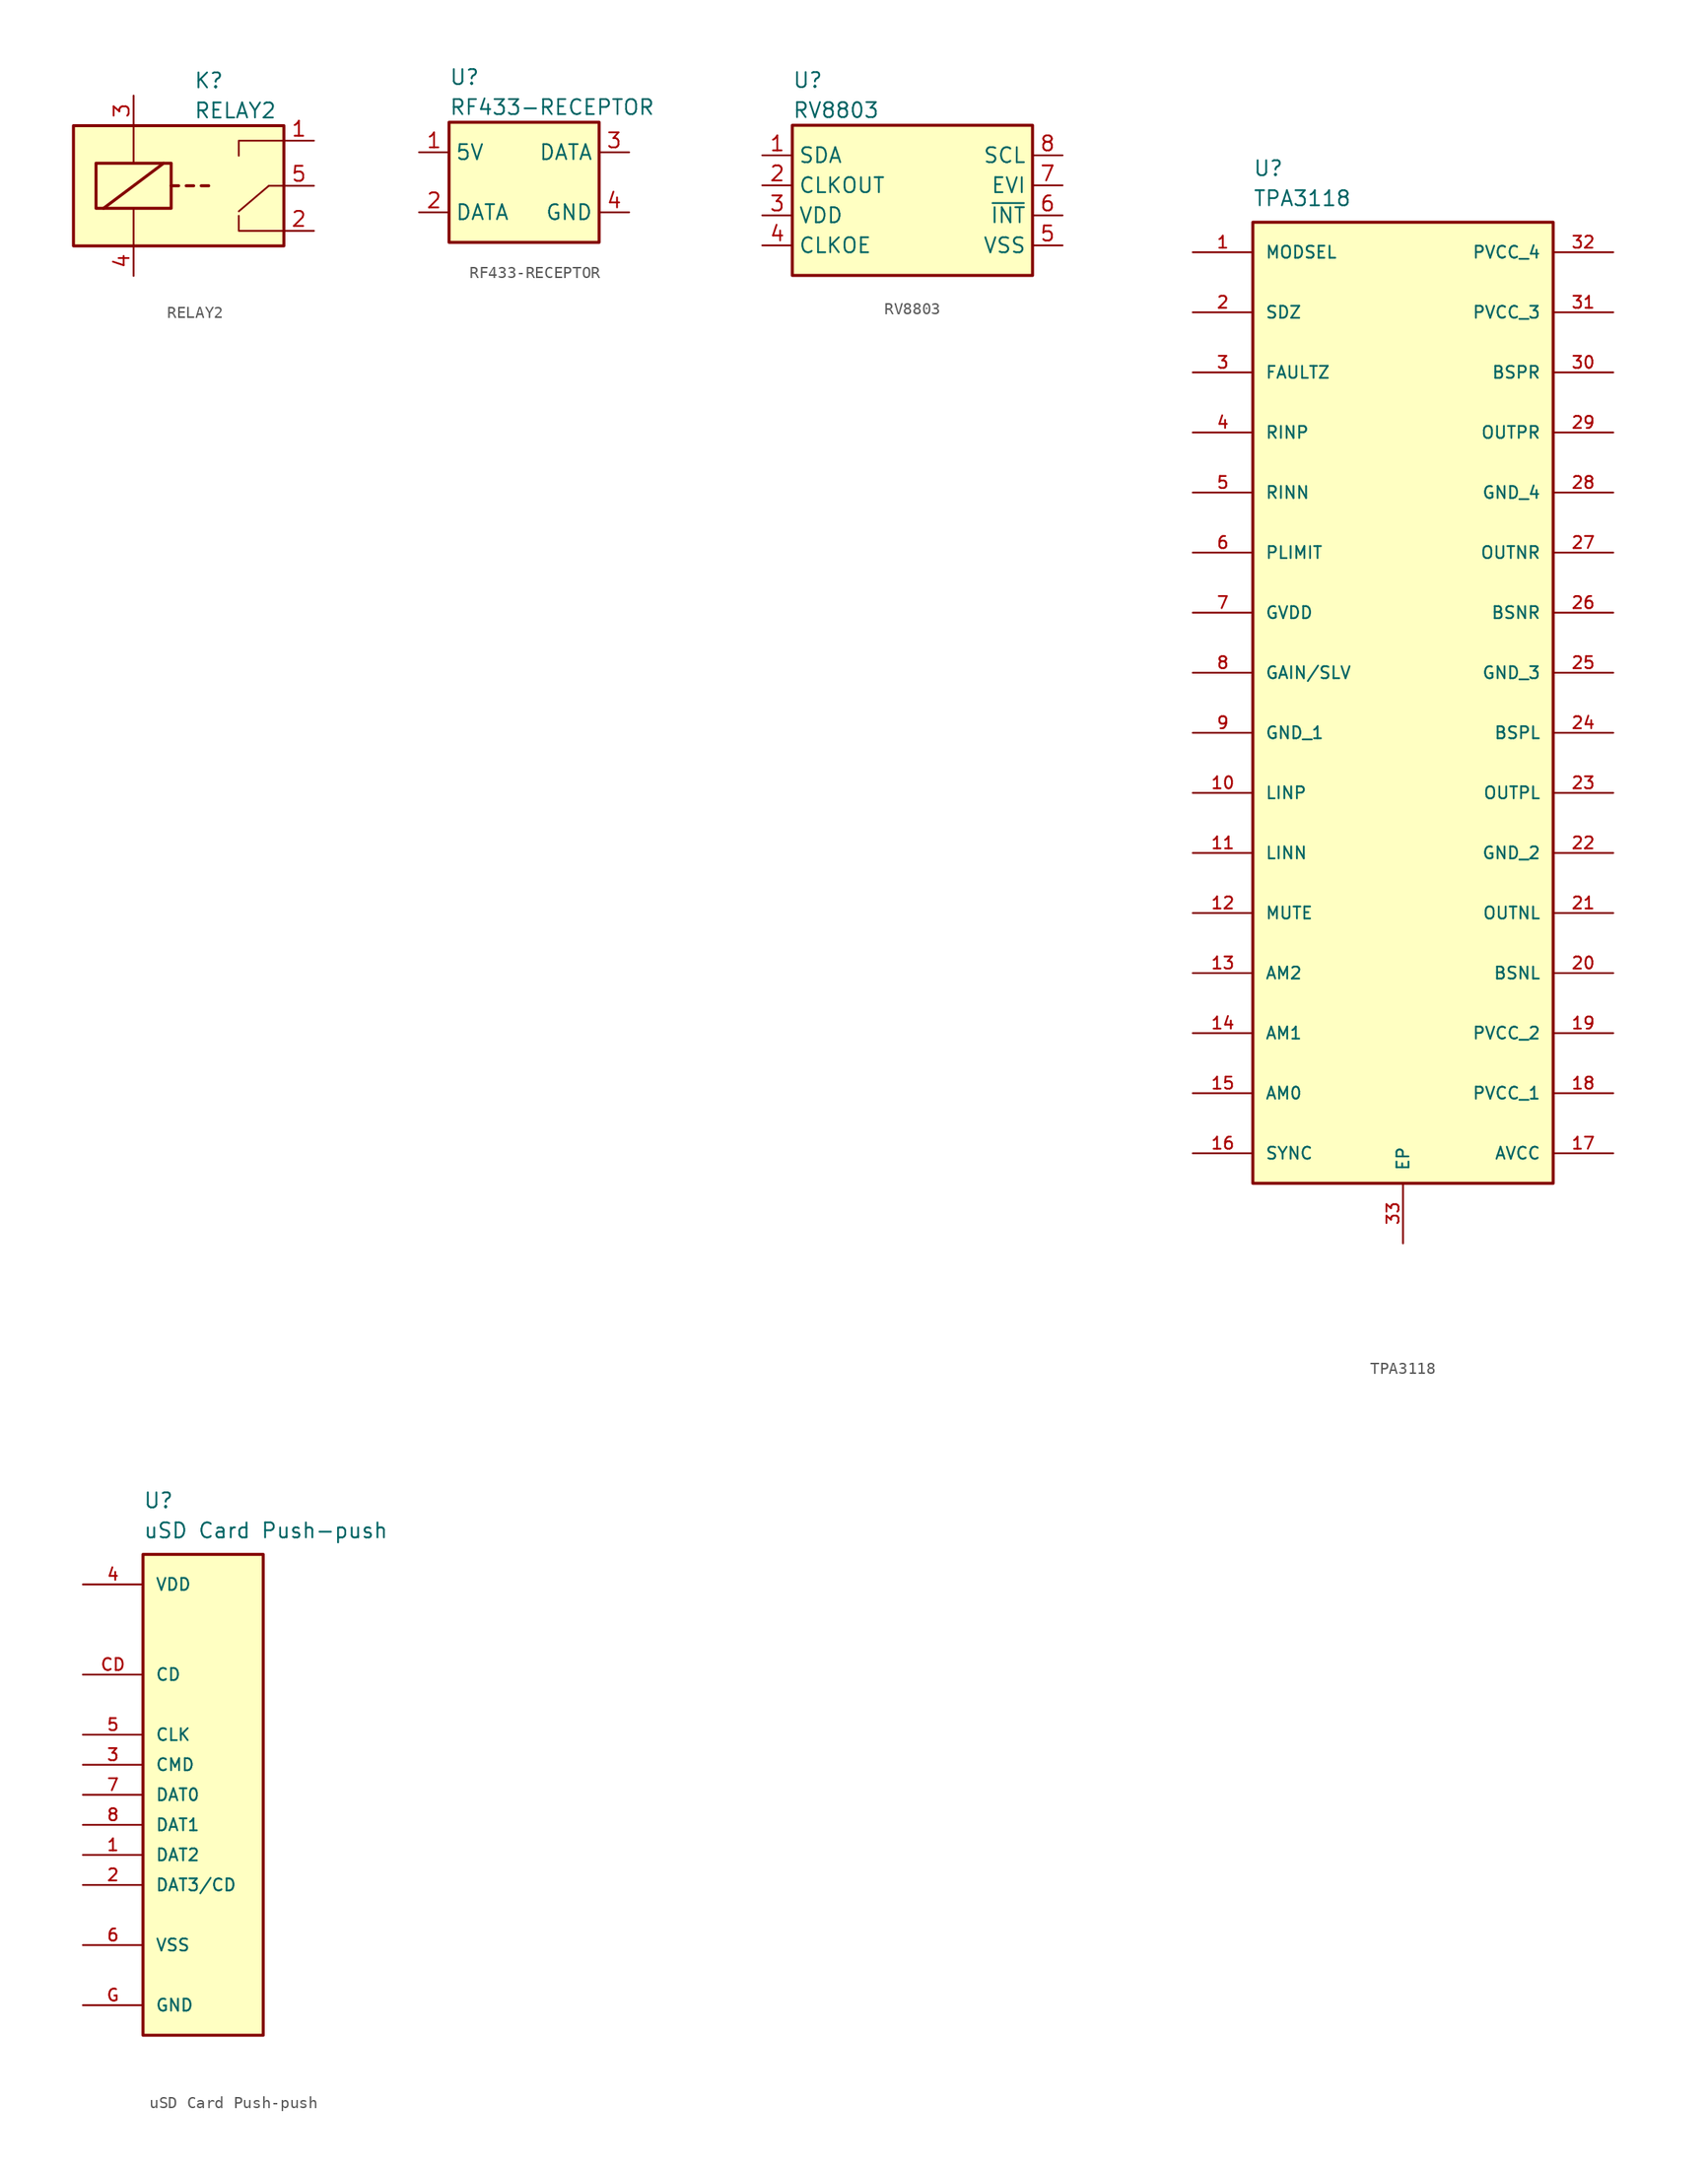
<source format=kicad_sym>
(kicad_symbol_lib
  (version 20220914)
  (generator kicad_symbol_editor)
  (symbol "RELAY2"
    (pin_names hide)
    (property "Reference" "K"
      (at 0 8.89 0)
      (effects (font (size 1.27 1.27)) (justify left)))
    (property "Value" "RELAY2"
      (at 0 6.35 0)
      (effects (font (size 1.27 1.27)) (justify left)))
    (property "Manufacturer" ""
      (at 0 0 0)
      (effects (font (size 1.27 1.27)) (justify left)))
    (property "Manufacturer Part Number" ""
      (at 0 0 0)
      (effects (font (size 1.27 1.27)) (justify left)))
    (symbol "RELAY2_0_1"
      (rectangle (start -10.16 5.08) (end 7.62 -5.08) (stroke (width 0.254) (type default)) (fill (type background)))
      (rectangle (start -8.255 1.905) (end -1.905 -1.905) (stroke (width 0.254) (type default)) (fill (type none)))
      (polyline (pts (xy -7.62 -1.905) (xy -2.54 1.905)) (stroke (width 0.254) (type default)) (fill (type none)))
      (polyline (pts (xy -5.08 -5.08) (xy -5.08 -1.905)) (stroke (width 0) (type default)) (fill (type none)))
      (polyline (pts (xy -5.08 5.08) (xy -5.08 1.905)) (stroke (width 0) (type default)) (fill (type none)))
      (polyline (pts (xy -1.905 0) (xy -1.27 0)) (stroke (width 0.254) (type default)) (fill (type none)))
      (polyline (pts (xy -0.635 0) (xy 0 0)) (stroke (width 0.254) (type default)) (fill (type none)))
      (polyline (pts (xy 0.635 0) (xy 1.27 0)) (stroke (width 0.254) (type default)) (fill (type none)))
      (polyline (pts (xy 6.35 0) (xy 3.81 -2.159)) (stroke (width 0) (type default)) (fill (type none)))
      (polyline (pts (xy 7.62 0) (xy 6.35 0)) (stroke (width 0) (type default)) (fill (type none)))
      (polyline (pts (xy 7.62 -3.81) (xy 3.81 -3.81) (xy 3.81 -2.54)) (stroke (width 0) (type default)) (fill (type none)))
      (polyline (pts (xy 7.62 3.81) (xy 3.81 3.81) (xy 3.81 2.54)) (stroke (width 0) (type default)) (fill (type none))))
    (symbol "RELAY2_1_1"
      (pin passive line (at 10.16 3.81 180) (length 2.54) (name "NO" (effects (font (size 1.27 1.27)))) (number "1" (effects (font (size 1.27 1.27)))))
      (pin passive line (at 10.16 -3.81 180) (length 2.54) (name "NC" (effects (font (size 1.27 1.27)))) (number "2" (effects (font (size 1.27 1.27)))))
      (pin passive line (at -5.08 7.62 270) (length 2.54) (name "+" (effects (font (size 1.27 1.27)))) (number "3" (effects (font (size 1.27 1.27)))))
      (pin passive line (at -5.08 -7.62 90) (length 2.54) (name "-" (effects (font (size 1.27 1.27)))) (number "4" (effects (font (size 1.27 1.27)))))
      (pin passive line (at 10.16 0 180) (length 2.54) (name "COM" (effects (font (size 1.27 1.27)))) (number "5" (effects (font (size 1.27 1.27)))))))
  (symbol "RF433-RECEPTOR"
    (property "Reference" "U"
      (at -6.35 8.89 0)
      (effects (font (size 1.27 1.27)) (justify left)))
    (property "Value" "RF433-RECEPTOR"
      (at -6.35 6.35 0)
      (effects (font (size 1.27 1.27)) (justify left)))
    (property "Manufacturer" ""
      (at 0 0 0)
      (effects (font (size 1.27 1.27)) (justify left)))
    (property "Manufacturer Part Number" ""
      (at 0 0 0)
      (effects (font (size 1.27 1.27)) (justify left)))
    (symbol "RF433-RECEPTOR_0_1"
      (rectangle (start -6.35 5.08) (end 6.35 -5.08) (stroke (width 0.254) (type default)) (fill (type background))))
    (symbol "RF433-RECEPTOR_1_1"
      (pin power_in line (at -8.89 2.54 0) (length 2.54) (name "5V" (effects (font (size 1.27 1.27)))) (number "1" (effects (font (size 1.27 1.27)))))
      (pin passive line (at -8.89 -2.54 0) (length 2.54) (name "DATA" (effects (font (size 1.27 1.27)))) (number "2" (effects (font (size 1.27 1.27)))))
      (pin passive line (at 8.89 2.54 180) (length 2.54) (name "DATA" (effects (font (size 1.27 1.27)))) (number "3" (effects (font (size 1.27 1.27)))))
      (pin power_in line (at 8.89 -2.54 180) (length 2.54) (name "GND" (effects (font (size 1.27 1.27)))) (number "4" (effects (font (size 1.27 1.27)))))))
  (symbol "RV8803"
    (property "Reference" "U"
      (at -10.16 10.16 0)
      (effects (font (size 1.27 1.27)) (justify left)))
    (property "Value" "RV8803"
      (at -10.16 7.62 0)
      (effects (font (size 1.27 1.27)) (justify left)))
    (property "Manufacturer" ""
      (at 0 0 0)
      (effects (font (size 1.27 1.27)) (justify left)))
    (property "Manufacturer Part Number" ""
      (at 0 0 0)
      (effects (font (size 1.27 1.27)) (justify left)))
    (symbol "RV8803_0_1"
      (rectangle (start -10.16 6.35) (end 10.16 -6.35) (stroke (width 0.254) (type default)) (fill (type background))))
    (symbol "RV8803_1_1"
      (pin bidirectional line (at -12.7 3.81 0) (length 2.54) (name "SDA" (effects (font (size 1.27 1.27)))) (number "1" (effects (font (size 1.27 1.27)))))
      (pin bidirectional line (at -12.7 1.27 0) (length 2.54) (name "CLKOUT" (effects (font (size 1.27 1.27)))) (number "2" (effects (font (size 1.27 1.27)))))
      (pin bidirectional line (at -12.7 -1.27 0) (length 2.54) (name "VDD" (effects (font (size 1.27 1.27)))) (number "3" (effects (font (size 1.27 1.27)))))
      (pin bidirectional line (at -12.7 -3.81 0) (length 2.54) (name "CLKOE" (effects (font (size 1.27 1.27)))) (number "4" (effects (font (size 1.27 1.27)))))
      (pin bidirectional line (at 12.7 -3.81 180) (length 2.54) (name "VSS" (effects (font (size 1.27 1.27)))) (number "5" (effects (font (size 1.27 1.27)))))
      (pin bidirectional line (at 12.7 -1.27 180) (length 2.54) (name "~{INT}" (effects (font (size 1.27 1.27)))) (number "6" (effects (font (size 1.27 1.27)))))
      (pin bidirectional line (at 12.7 1.27 180) (length 2.54) (name "EVI" (effects (font (size 1.27 1.27)))) (number "7" (effects (font (size 1.27 1.27)))))
      (pin bidirectional line (at 12.7 3.81 180) (length 2.54) (name "SCL" (effects (font (size 1.27 1.27)))) (number "8" (effects (font (size 1.27 1.27)))))))
  (symbol "TPA3118"
    (pin_names
      (offset 1.016))
    (property "Reference" "U"
      (at -12.7 44.45 0)
      (effects (font (size 1.27 1.27)) (justify left bottom)))
    (property "Value" "TPA3118"
      (at -12.7 41.91 0)
      (effects (font (size 1.27 1.27)) (justify left bottom)))
    (symbol "TPA3118_0_0"
      (rectangle (start -12.7 40.64) (end 12.7 -40.64) (stroke (width 0.254) (type default)) (fill (type background))))
    (symbol "TPA3118_1_0"
      (pin bidirectional line (at -17.78 38.1 0) (length 5.08) (name "MODSEL" (effects (font (size 1.016 1.016)))) (number "1" (effects (font (size 1.016 1.016)))))
      (pin bidirectional line (at -17.78 -7.62 0) (length 5.08) (name "LINP" (effects (font (size 1.016 1.016)))) (number "10" (effects (font (size 1.016 1.016)))))
      (pin bidirectional line (at -17.78 -12.7 0) (length 5.08) (name "LINN" (effects (font (size 1.016 1.016)))) (number "11" (effects (font (size 1.016 1.016)))))
      (pin bidirectional line (at -17.78 -17.78 0) (length 5.08) (name "MUTE" (effects (font (size 1.016 1.016)))) (number "12" (effects (font (size 1.016 1.016)))))
      (pin bidirectional line (at -17.78 -22.86 0) (length 5.08) (name "AM2" (effects (font (size 1.016 1.016)))) (number "13" (effects (font (size 1.016 1.016)))))
      (pin bidirectional line (at -17.78 -27.94 0) (length 5.08) (name "AM1" (effects (font (size 1.016 1.016)))) (number "14" (effects (font (size 1.016 1.016)))))
      (pin bidirectional line (at -17.78 -33.02 0) (length 5.08) (name "AM0" (effects (font (size 1.016 1.016)))) (number "15" (effects (font (size 1.016 1.016)))))
      (pin bidirectional line (at -17.78 -38.1 0) (length 5.08) (name "SYNC" (effects (font (size 1.016 1.016)))) (number "16" (effects (font (size 1.016 1.016)))))
      (pin power_in line (at 17.78 -38.1 180) (length 5.08) (name "AVCC" (effects (font (size 1.016 1.016)))) (number "17" (effects (font (size 1.016 1.016)))))
      (pin power_in line (at 17.78 -33.02 180) (length 5.08) (name "PVCC_1" (effects (font (size 1.016 1.016)))) (number "18" (effects (font (size 1.016 1.016)))))
      (pin power_in line (at 17.78 -27.94 180) (length 5.08) (name "PVCC_2" (effects (font (size 1.016 1.016)))) (number "19" (effects (font (size 1.016 1.016)))))
      (pin bidirectional line (at -17.78 33.02 0) (length 5.08) (name "SDZ" (effects (font (size 1.016 1.016)))) (number "2" (effects (font (size 1.016 1.016)))))
      (pin bidirectional line (at 17.78 -22.86 180) (length 5.08) (name "BSNL" (effects (font (size 1.016 1.016)))) (number "20" (effects (font (size 1.016 1.016)))))
      (pin bidirectional line (at 17.78 -17.78 180) (length 5.08) (name "OUTNL" (effects (font (size 1.016 1.016)))) (number "21" (effects (font (size 1.016 1.016)))))
      (pin power_in line (at 17.78 -12.7 180) (length 5.08) (name "GND_2" (effects (font (size 1.016 1.016)))) (number "22" (effects (font (size 1.016 1.016)))))
      (pin bidirectional line (at 17.78 -7.62 180) (length 5.08) (name "OUTPL" (effects (font (size 1.016 1.016)))) (number "23" (effects (font (size 1.016 1.016)))))
      (pin bidirectional line (at 17.78 -2.54 180) (length 5.08) (name "BSPL" (effects (font (size 1.016 1.016)))) (number "24" (effects (font (size 1.016 1.016)))))
      (pin power_in line (at 17.78 2.54 180) (length 5.08) (name "GND_3" (effects (font (size 1.016 1.016)))) (number "25" (effects (font (size 1.016 1.016)))))
      (pin bidirectional line (at 17.78 7.62 180) (length 5.08) (name "BSNR" (effects (font (size 1.016 1.016)))) (number "26" (effects (font (size 1.016 1.016)))))
      (pin bidirectional line (at 17.78 12.7 180) (length 5.08) (name "OUTNR" (effects (font (size 1.016 1.016)))) (number "27" (effects (font (size 1.016 1.016)))))
      (pin power_in line (at 17.78 17.78 180) (length 5.08) (name "GND_4" (effects (font (size 1.016 1.016)))) (number "28" (effects (font (size 1.016 1.016)))))
      (pin bidirectional line (at 17.78 22.86 180) (length 5.08) (name "OUTPR" (effects (font (size 1.016 1.016)))) (number "29" (effects (font (size 1.016 1.016)))))
      (pin bidirectional line (at -17.78 27.94 0) (length 5.08) (name "FAULTZ" (effects (font (size 1.016 1.016)))) (number "3" (effects (font (size 1.016 1.016)))))
      (pin bidirectional line (at 17.78 27.94 180) (length 5.08) (name "BSPR" (effects (font (size 1.016 1.016)))) (number "30" (effects (font (size 1.016 1.016)))))
      (pin power_in line (at 17.78 33.02 180) (length 5.08) (name "PVCC_3" (effects (font (size 1.016 1.016)))) (number "31" (effects (font (size 1.016 1.016)))))
      (pin power_in line (at 17.78 38.1 180) (length 5.08) (name "PVCC_4" (effects (font (size 1.016 1.016)))) (number "32" (effects (font (size 1.016 1.016)))))
      (pin power_in line (at 0 -45.72 90) (length 5.08) (name "EP" (effects (font (size 1.016 1.016)))) (number "33" (effects (font (size 1.016 1.016)))))
      (pin bidirectional line (at -17.78 22.86 0) (length 5.08) (name "RINP" (effects (font (size 1.016 1.016)))) (number "4" (effects (font (size 1.016 1.016)))))
      (pin bidirectional line (at -17.78 17.78 0) (length 5.08) (name "RINN" (effects (font (size 1.016 1.016)))) (number "5" (effects (font (size 1.016 1.016)))))
      (pin bidirectional line (at -17.78 12.7 0) (length 5.08) (name "PLIMIT" (effects (font (size 1.016 1.016)))) (number "6" (effects (font (size 1.016 1.016)))))
      (pin bidirectional line (at -17.78 7.62 0) (length 5.08) (name "GVDD" (effects (font (size 1.016 1.016)))) (number "7" (effects (font (size 1.016 1.016)))))
      (pin bidirectional line (at -17.78 2.54 0) (length 5.08) (name "GAIN/SLV" (effects (font (size 1.016 1.016)))) (number "8" (effects (font (size 1.016 1.016)))))
      (pin power_in line (at -17.78 -2.54 0) (length 5.08) (name "GND_1" (effects (font (size 1.016 1.016)))) (number "9" (effects (font (size 1.016 1.016)))))))
  (symbol "uSD Card Push-push"
    (pin_names
      (offset 1.016))
    (property "Reference" "U"
      (at -5.08 24.13 0)
      (effects (font (size 1.27 1.27)) (justify left bottom)))
    (property "Value" "uSD Card Push-push"
      (at -5.08 21.59 0)
      (effects (font (size 1.27 1.27)) (justify left bottom)))
    (symbol "uSD Card Push-push_0_0"
      (rectangle (start -5.08 20.32) (end 5.08 -20.32) (stroke (width 0.254) (type default)) (fill (type background))))
    (symbol "uSD Card Push-push_1_0"
      (pin bidirectional line (at -10.16 -5.08 0) (length 5.08) (name "DAT2" (effects (font (size 1.016 1.016)))) (number "1" (effects (font (size 1.016 1.016)))))
      (pin bidirectional line (at -10.16 -7.62 0) (length 5.08) (name "DAT3/CD" (effects (font (size 1.016 1.016)))) (number "2" (effects (font (size 1.016 1.016)))))
      (pin bidirectional line (at -10.16 2.54 0) (length 5.08) (name "CMD" (effects (font (size 1.016 1.016)))) (number "3" (effects (font (size 1.016 1.016)))))
      (pin power_in line (at -10.16 17.78 0) (length 5.08) (name "VDD" (effects (font (size 1.016 1.016)))) (number "4" (effects (font (size 1.016 1.016)))))
      (pin bidirectional line (at -10.16 5.08 0) (length 5.08) (name "CLK" (effects (font (size 1.016 1.016)))) (number "5" (effects (font (size 1.016 1.016)))))
      (pin power_in line (at -10.16 -12.7 0) (length 5.08) (name "VSS" (effects (font (size 1.016 1.016)))) (number "6" (effects (font (size 1.016 1.016)))))
      (pin bidirectional line (at -10.16 0 0) (length 5.08) (name "DAT0" (effects (font (size 1.016 1.016)))) (number "7" (effects (font (size 1.016 1.016)))))
      (pin bidirectional line (at -10.16 -2.54 0) (length 5.08) (name "DAT1" (effects (font (size 1.016 1.016)))) (number "8" (effects (font (size 1.016 1.016)))))
      (pin bidirectional line (at -10.16 10.16 0) (length 5.08) (name "CD" (effects (font (size 1.016 1.016)))) (number "CD" (effects (font (size 1.016 1.016)))))
      (pin power_in line (at -10.16 -17.78 0) (length 5.08) (name "GND" (effects (font (size 1.016 1.016)))) (number "G" (effects (font (size 1.016 1.016))))))))
</source>
